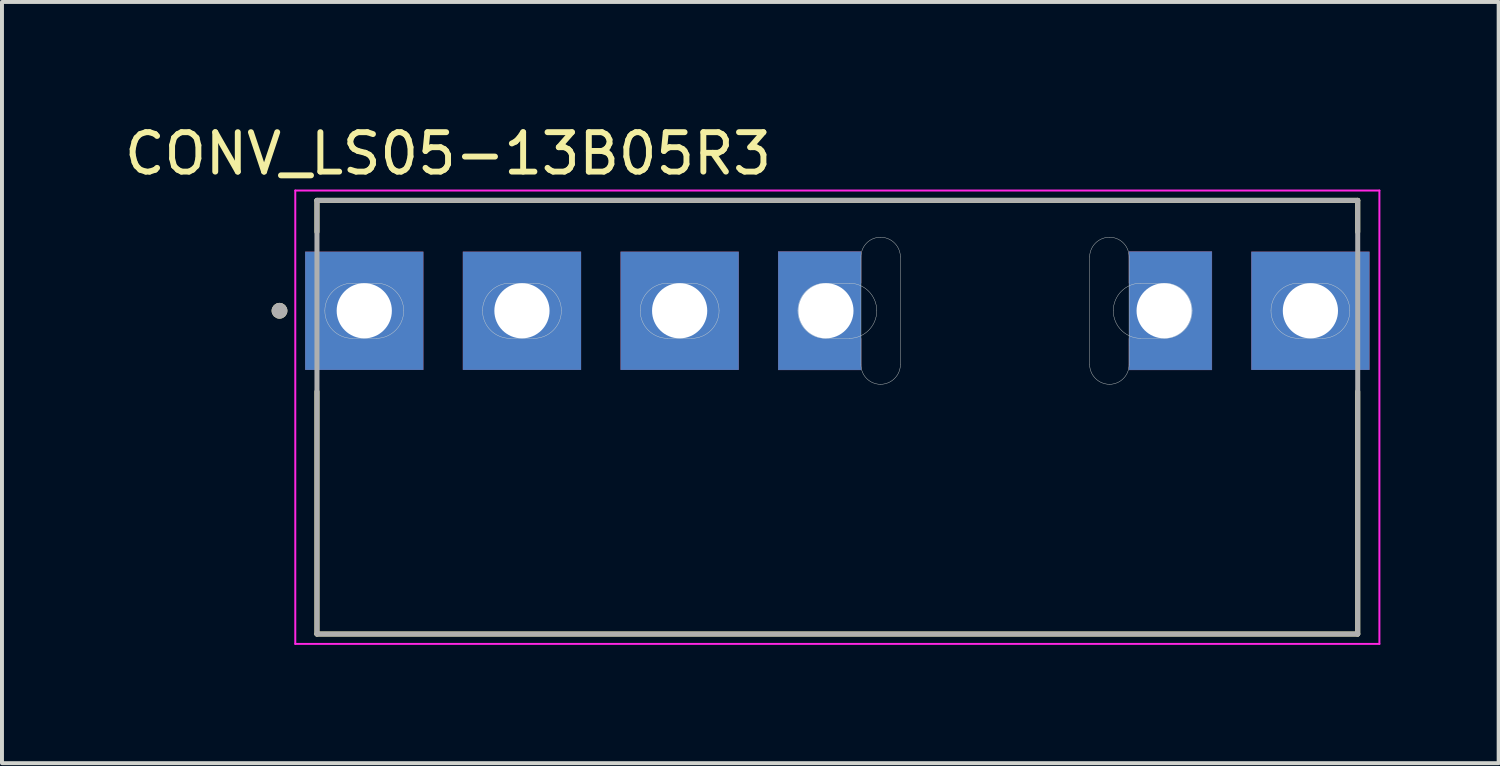
<source format=kicad_pcb>
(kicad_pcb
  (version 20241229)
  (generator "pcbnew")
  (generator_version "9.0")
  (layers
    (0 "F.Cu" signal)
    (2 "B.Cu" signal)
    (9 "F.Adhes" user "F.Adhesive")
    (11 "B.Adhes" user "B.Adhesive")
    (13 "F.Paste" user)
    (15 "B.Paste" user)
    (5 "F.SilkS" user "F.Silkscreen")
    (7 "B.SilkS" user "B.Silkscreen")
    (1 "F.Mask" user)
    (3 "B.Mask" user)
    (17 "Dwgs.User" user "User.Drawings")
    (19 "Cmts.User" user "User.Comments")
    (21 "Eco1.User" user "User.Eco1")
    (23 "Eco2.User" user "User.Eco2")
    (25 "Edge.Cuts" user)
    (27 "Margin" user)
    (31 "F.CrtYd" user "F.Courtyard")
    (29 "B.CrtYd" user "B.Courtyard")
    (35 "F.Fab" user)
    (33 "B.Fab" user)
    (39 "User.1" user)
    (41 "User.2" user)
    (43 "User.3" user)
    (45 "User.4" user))
  (footprint "CONV_LS05-13B05R3"
    (layer "F.Cu")
    (at 18.19 4.833)
    (property "Reference" "CONV_LS05-13B05R3" (at -9.875 -3.985 0) (layer "F.SilkS") (effects (font (size 1 1) (thickness 0.15))))
    (attr through_hole)
    (fp_poly (pts (xy -1 0) (xy -0.999 -0.037) (xy -0.996 -0.073) (xy -0.991 -0.11) (xy -0.985 -0.146) (xy -0.976 -0.181) (xy -0.966 -0.216) (xy -0.954 -0.251) (xy -0.939 -0.285) (xy -0.924 -0.318) (xy -0.906 -0.35) (xy -0.887 -0.381) (xy -0.866 -0.411) (xy -0.844 -0.441) (xy -0.82 -0.468) (xy -0.795 -0.495) (xy -0.768 -0.52) (xy -0.741 -0.544) (xy -0.711 -0.566) (xy -0.681 -0.587) (xy -0.65 -0.606) (xy -0.618 -0.624) (xy -0.585 -0.639) (xy -0.551 -0.654) (xy -0.516 -0.666) (xy -0.481 -0.676) (xy -0.446 -0.685) (xy -0.41 -0.691) (xy -0.373 -0.696) (xy -0.337 -0.699) (xy -0.3 -0.7) (xy 0.6 -0.7) (xy 0.6 -1.5) (xy -1.5 -1.5) (xy -1.5 1.5) (xy 0.6 1.5) (xy 0.6 0.7) (xy -0.3 0.7) (xy -0.337 0.699) (xy -0.373 0.696) (xy -0.41 0.691) (xy -0.446 0.685) (xy -0.481 0.676) (xy -0.516 0.666) (xy -0.551 0.654) (xy -0.585 0.639) (xy -0.618 0.624) (xy -0.65 0.606) (xy -0.681 0.587) (xy -0.711 0.566) (xy -0.741 0.544) (xy -0.768 0.52) (xy -0.795 0.495) (xy -0.82 0.468) (xy -0.844 0.441) (xy -0.866 0.411) (xy -0.887 0.381) (xy -0.906 0.35) (xy -0.924 0.318) (xy -0.939 0.285) (xy -0.954 0.251) (xy -0.966 0.216) (xy -0.976 0.181) (xy -0.985 0.146) (xy -0.991 0.11) (xy -0.996 0.073) (xy -0.999 0.037) (xy -1 0)) (stroke (width 0.01) (type solid)) (fill yes) (layer "F.Cu"))
    (fp_poly (pts (xy 9 0) (xy 8.999 0.037) (xy 8.996 0.073) (xy 8.991 0.11) (xy 8.985 0.146) (xy 8.976 0.181) (xy 8.966 0.216) (xy 8.954 0.251) (xy 8.939 0.285) (xy 8.924 0.318) (xy 8.906 0.35) (xy 8.887 0.381) (xy 8.866 0.411) (xy 8.844 0.441) (xy 8.82 0.468) (xy 8.795 0.495) (xy 8.768 0.52) (xy 8.741 0.544) (xy 8.711 0.566) (xy 8.681 0.587) (xy 8.65 0.606) (xy 8.618 0.624) (xy 8.585 0.639) (xy 8.551 0.654) (xy 8.516 0.666) (xy 8.481 0.676) (xy 8.446 0.685) (xy 8.41 0.691) (xy 8.373 0.696) (xy 8.337 0.699) (xy 8.3 0.7) (xy 7.4 0.7) (xy 7.4 1.5) (xy 9.5 1.5) (xy 9.5 -1.5) (xy 7.4 -1.5) (xy 7.4 -0.7) (xy 8.3 -0.7) (xy 8.337 -0.699) (xy 8.373 -0.696) (xy 8.41 -0.691) (xy 8.446 -0.685) (xy 8.481 -0.676) (xy 8.516 -0.666) (xy 8.551 -0.654) (xy 8.585 -0.639) (xy 8.618 -0.624) (xy 8.65 -0.606) (xy 8.681 -0.587) (xy 8.711 -0.566) (xy 8.741 -0.544) (xy 8.768 -0.52) (xy 8.795 -0.495) (xy 8.82 -0.468) (xy 8.844 -0.441) (xy 8.866 -0.411) (xy 8.887 -0.381) (xy 8.906 -0.35) (xy 8.924 -0.318) (xy 8.939 -0.285) (xy 8.954 -0.251) (xy 8.966 -0.216) (xy 8.976 -0.181) (xy 8.985 -0.146) (xy 8.991 -0.11) (xy 8.996 -0.073) (xy 8.999 -0.037) (xy 9 0)) (stroke (width 0.01) (type solid)) (fill yes) (layer "F.Cu"))
    (fp_poly (pts (xy 0.49 -1.965) (xy 1.7 -1.965) (xy 1.7 1.965) (xy 0.49 1.965)) (stroke (width 0.01) (type solid)) (fill yes) (layer "F.Mask"))
    (fp_poly (pts (xy 6.3 -1.965) (xy 7.49 -1.965) (xy 7.49 1.965) (xy 6.3 1.965)) (stroke (width 0.01) (type solid)) (fill yes) (layer "F.Mask"))
    (fp_poly (pts (xy 0.7 -0.6) (xy 0.7 -1.6) (xy -1.6 -1.6) (xy -1.6 1.6) (xy 0.7 1.6) (xy 0.7 0.6)) (stroke (width 0.01) (type solid)) (fill yes) (layer "F.Mask"))
    (fp_poly (pts (xy 7.3 0.6) (xy 7.3 1.6) (xy 9.6 1.6) (xy 9.6 -1.6) (xy 7.3 -1.6) (xy 7.3 -0.6)) (stroke (width 0.01) (type solid)) (fill yes) (layer "F.Mask"))
    (fp_poly (pts (xy -1 0) (xy -0.999 -0.037) (xy -0.996 -0.073) (xy -0.991 -0.11) (xy -0.985 -0.146) (xy -0.976 -0.181) (xy -0.966 -0.216) (xy -0.954 -0.251) (xy -0.939 -0.285) (xy -0.924 -0.318) (xy -0.906 -0.35) (xy -0.887 -0.381) (xy -0.866 -0.411) (xy -0.844 -0.441) (xy -0.82 -0.468) (xy -0.795 -0.495) (xy -0.768 -0.52) (xy -0.741 -0.544) (xy -0.711 -0.566) (xy -0.681 -0.587) (xy -0.65 -0.606) (xy -0.618 -0.624) (xy -0.585 -0.639) (xy -0.551 -0.654) (xy -0.516 -0.666) (xy -0.481 -0.676) (xy -0.446 -0.685) (xy -0.41 -0.691) (xy -0.373 -0.696) (xy -0.337 -0.699) (xy -0.3 -0.7) (xy 0.6 -0.7) (xy 0.6 -1.5) (xy -1.5 -1.5) (xy -1.5 1.5) (xy 0.6 1.5) (xy 0.6 0.7) (xy -0.3 0.7) (xy -0.337 0.699) (xy -0.373 0.696) (xy -0.41 0.691) (xy -0.446 0.685) (xy -0.481 0.676) (xy -0.516 0.666) (xy -0.551 0.654) (xy -0.585 0.639) (xy -0.618 0.624) (xy -0.65 0.606) (xy -0.681 0.587) (xy -0.711 0.566) (xy -0.741 0.544) (xy -0.768 0.52) (xy -0.795 0.495) (xy -0.82 0.468) (xy -0.844 0.441) (xy -0.866 0.411) (xy -0.887 0.381) (xy -0.906 0.35) (xy -0.924 0.318) (xy -0.939 0.285) (xy -0.954 0.251) (xy -0.966 0.216) (xy -0.976 0.181) (xy -0.985 0.146) (xy -0.991 0.11) (xy -0.996 0.073) (xy -0.999 0.037) (xy -1 0)) (stroke (width 0.01) (type solid)) (fill yes) (layer "B.Cu"))
    (fp_poly (pts (xy 9 0) (xy 8.999 0.037) (xy 8.996 0.073) (xy 8.991 0.11) (xy 8.985 0.146) (xy 8.976 0.181) (xy 8.966 0.216) (xy 8.954 0.251) (xy 8.939 0.285) (xy 8.924 0.318) (xy 8.906 0.35) (xy 8.887 0.381) (xy 8.866 0.411) (xy 8.844 0.441) (xy 8.82 0.468) (xy 8.795 0.495) (xy 8.768 0.52) (xy 8.741 0.544) (xy 8.711 0.566) (xy 8.681 0.587) (xy 8.65 0.606) (xy 8.618 0.624) (xy 8.585 0.639) (xy 8.551 0.654) (xy 8.516 0.666) (xy 8.481 0.676) (xy 8.446 0.685) (xy 8.41 0.691) (xy 8.373 0.696) (xy 8.337 0.699) (xy 8.3 0.7) (xy 7.4 0.7) (xy 7.4 1.5) (xy 9.5 1.5) (xy 9.5 -1.5) (xy 7.4 -1.5) (xy 7.4 -0.7) (xy 8.3 -0.7) (xy 8.337 -0.699) (xy 8.373 -0.696) (xy 8.41 -0.691) (xy 8.446 -0.685) (xy 8.481 -0.676) (xy 8.516 -0.666) (xy 8.551 -0.654) (xy 8.585 -0.639) (xy 8.618 -0.624) (xy 8.65 -0.606) (xy 8.681 -0.587) (xy 8.711 -0.566) (xy 8.741 -0.544) (xy 8.768 -0.52) (xy 8.795 -0.495) (xy 8.82 -0.468) (xy 8.844 -0.441) (xy 8.866 -0.411) (xy 8.887 -0.381) (xy 8.906 -0.35) (xy 8.924 -0.318) (xy 8.939 -0.285) (xy 8.954 -0.251) (xy 8.966 -0.216) (xy 8.976 -0.181) (xy 8.985 -0.146) (xy 8.991 -0.11) (xy 8.996 -0.073) (xy 8.999 -0.037) (xy 9 0)) (stroke (width 0.01) (type solid)) (fill yes) (layer "B.Cu"))
    (fp_poly (pts (xy 0.49 -1.965) (xy 1.7 -1.965) (xy 1.7 1.965) (xy 0.49 1.965)) (stroke (width 0.01) (type solid)) (fill yes) (layer "B.Mask"))
    (fp_poly (pts (xy 6.3 -1.965) (xy 7.49 -1.965) (xy 7.49 1.965) (xy 6.3 1.965)) (stroke (width 0.01) (type solid)) (fill yes) (layer "B.Mask"))
    (fp_poly (pts (xy 0.7 -0.6) (xy 0.7 -1.6) (xy -1.6 -1.6) (xy -1.6 1.6) (xy 0.7 1.6) (xy 0.7 0.6)) (stroke (width 0.01) (type solid)) (fill yes) (layer "B.Mask"))
    (fp_poly (pts (xy 7.3 0.6) (xy 7.3 1.6) (xy 9.6 1.6) (xy 9.6 -1.6) (xy 7.3 -1.6) (xy 7.3 -0.6)) (stroke (width 0.01) (type solid)) (fill yes) (layer "B.Mask"))
    (fp_line (start -13.2 -2.8) (end -13.2 -2) (stroke (width 0.127) (type solid)) (layer "F.SilkS"))
    (fp_line (start -13.2 2.05) (end -13.2 8.2) (stroke (width 0.127) (type solid)) (layer "F.SilkS"))
    (fp_line (start -13.2 8.2) (end 13.2 8.2) (stroke (width 0.127) (type solid)) (layer "F.SilkS"))
    (fp_line (start 13.2 -2.8) (end -13.2 -2.8) (stroke (width 0.127) (type solid)) (layer "F.SilkS"))
    (fp_line (start 13.2 -2.8) (end 13.2 -2) (stroke (width 0.127) (type solid)) (layer "F.SilkS"))
    (fp_line (start 13.2 2.05) (end 13.2 8.2) (stroke (width 0.127) (type solid)) (layer "F.SilkS"))
    (fp_circle (center -14.15 0) (end -14.05 0) (stroke (width 0.2) (type solid)) (fill no) (layer "F.SilkS"))
    (fp_line (start -12.3 -0.7) (end -11.7 -0.7) (stroke (width 0.01) (type solid)) (layer "Edge.Cuts"))
    (fp_line (start -11.7 0.7) (end -12.3 0.7) (stroke (width 0.01) (type solid)) (layer "Edge.Cuts"))
    (fp_line (start -8.3 -0.7) (end -7.7 -0.7) (stroke (width 0.01) (type solid)) (layer "Edge.Cuts"))
    (fp_line (start -7.7 0.7) (end -8.3 0.7) (stroke (width 0.01) (type solid)) (layer "Edge.Cuts"))
    (fp_line (start -4.3 -0.7) (end -3.7 -0.7) (stroke (width 0.01) (type solid)) (layer "Edge.Cuts"))
    (fp_line (start -3.7 0.7) (end -4.3 0.7) (stroke (width 0.01) (type solid)) (layer "Edge.Cuts"))
    (fp_line (start -0.3 -0.7) (end 0.3 -0.7) (stroke (width 0.01) (type solid)) (layer "Edge.Cuts"))
    (fp_line (start 0.3 0.7) (end -0.3 0.7) (stroke (width 0.01) (type solid)) (layer "Edge.Cuts"))
    (fp_line (start 0.6 -1.365) (end 0.6 1.365) (stroke (width 0.01) (type solid)) (layer "Edge.Cuts"))
    (fp_line (start 1.6 1.365) (end 1.6 -1.365) (stroke (width 0.01) (type solid)) (layer "Edge.Cuts"))
    (fp_line (start 6.4 -1.365) (end 6.4 1.365) (stroke (width 0.01) (type solid)) (layer "Edge.Cuts"))
    (fp_line (start 7.4 1.365) (end 7.4 -1.365) (stroke (width 0.01) (type solid)) (layer "Edge.Cuts"))
    (fp_line (start 7.7 -0.7) (end 8.3 -0.7) (stroke (width 0.01) (type solid)) (layer "Edge.Cuts"))
    (fp_line (start 8.3 0.7) (end 7.7 0.7) (stroke (width 0.01) (type solid)) (layer "Edge.Cuts"))
    (fp_line (start 11.7 -0.7) (end 12.3 -0.7) (stroke (width 0.01) (type solid)) (layer "Edge.Cuts"))
    (fp_line (start 12.3 0.7) (end 11.7 0.7) (stroke (width 0.01) (type solid)) (layer "Edge.Cuts"))
    (fp_arc (start -13 0) (mid -12.794975 -0.494975) (end -12.3 -0.7) (stroke (width 0.01) (type solid)) (layer "Edge.Cuts"))
    (fp_arc (start -12.3 0.7) (mid -12.794975 0.494975) (end -13 0) (stroke (width 0.01) (type solid)) (layer "Edge.Cuts"))
    (fp_arc (start -11.7 -0.7) (mid -11.205025 -0.494975) (end -11 0) (stroke (width 0.01) (type solid)) (layer "Edge.Cuts"))
    (fp_arc (start -11 0) (mid -11.205025 0.494975) (end -11.7 0.7) (stroke (width 0.01) (type solid)) (layer "Edge.Cuts"))
    (fp_arc (start -9 0) (mid -8.794975 -0.494975) (end -8.3 -0.7) (stroke (width 0.01) (type solid)) (layer "Edge.Cuts"))
    (fp_arc (start -8.3 0.7) (mid -8.794975 0.494975) (end -9 0) (stroke (width 0.01) (type solid)) (layer "Edge.Cuts"))
    (fp_arc (start -7.7 -0.7) (mid -7.205025 -0.494975) (end -7 0) (stroke (width 0.01) (type solid)) (layer "Edge.Cuts"))
    (fp_arc (start -7 0) (mid -7.205025 0.494975) (end -7.7 0.7) (stroke (width 0.01) (type solid)) (layer "Edge.Cuts"))
    (fp_arc (start -5 0) (mid -4.794975 -0.494975) (end -4.3 -0.7) (stroke (width 0.01) (type solid)) (layer "Edge.Cuts"))
    (fp_arc (start -4.3 0.7) (mid -4.794975 0.494975) (end -5 0) (stroke (width 0.01) (type solid)) (layer "Edge.Cuts"))
    (fp_arc (start -3.7 -0.7) (mid -3.205025 -0.494975) (end -3 0) (stroke (width 0.01) (type solid)) (layer "Edge.Cuts"))
    (fp_arc (start -3 0) (mid -3.205025 0.494975) (end -3.7 0.7) (stroke (width 0.01) (type solid)) (layer "Edge.Cuts"))
    (fp_arc (start -1 0) (mid -0.794975 -0.494975) (end -0.3 -0.7) (stroke (width 0.01) (type solid)) (layer "Edge.Cuts"))
    (fp_arc (start -0.3 0.7) (mid -0.794975 0.494975) (end -1 0) (stroke (width 0.01) (type solid)) (layer "Edge.Cuts"))
    (fp_arc (start 0.3 -0.7) (mid 0.794975 -0.494975) (end 1 0) (stroke (width 0.01) (type solid)) (layer "Edge.Cuts"))
    (fp_arc (start 0.6 -1.365) (mid 0.741447 -1.716482) (end 1.09 -1.865) (stroke (width 0.01) (type solid)) (layer "Edge.Cuts"))
    (fp_arc (start 1 0) (mid 0.794975 0.494975) (end 0.3 0.7) (stroke (width 0.01) (type solid)) (layer "Edge.Cuts"))
    (fp_arc (start 1.09 -1.865) (mid 1.448553 -1.720624) (end 1.6 -1.365) (stroke (width 0.01) (type solid)) (layer "Edge.Cuts"))
    (fp_arc (start 1.09 1.865) (mid 0.741447 1.716482) (end 0.6 1.365) (stroke (width 0.01) (type solid)) (layer "Edge.Cuts"))
    (fp_arc (start 1.6 1.365) (mid 1.448553 1.720624) (end 1.09 1.865) (stroke (width 0.01) (type solid)) (layer "Edge.Cuts"))
    (fp_arc (start 6.4 -1.365) (mid 6.551447 -1.720624) (end 6.91 -1.865) (stroke (width 0.01) (type solid)) (layer "Edge.Cuts"))
    (fp_arc (start 6.91 -1.865) (mid 7.258553 -1.716482) (end 7.4 -1.365) (stroke (width 0.01) (type solid)) (layer "Edge.Cuts"))
    (fp_arc (start 6.91 1.865) (mid 6.551447 1.720624) (end 6.4 1.365) (stroke (width 0.01) (type solid)) (layer "Edge.Cuts"))
    (fp_arc (start 7 0) (mid 7.205025 -0.494975) (end 7.7 -0.7) (stroke (width 0.01) (type solid)) (layer "Edge.Cuts"))
    (fp_arc (start 7.4 1.365) (mid 7.258553 1.716482) (end 6.91 1.865) (stroke (width 0.01) (type solid)) (layer "Edge.Cuts"))
    (fp_arc (start 7.7 0.7) (mid 7.205025 0.494975) (end 7 0) (stroke (width 0.01) (type solid)) (layer "Edge.Cuts"))
    (fp_arc (start 8.3 -0.7) (mid 8.794975 -0.494975) (end 9 0) (stroke (width 0.01) (type solid)) (layer "Edge.Cuts"))
    (fp_arc (start 9 0) (mid 8.794975 0.494975) (end 8.3 0.7) (stroke (width 0.01) (type solid)) (layer "Edge.Cuts"))
    (fp_arc (start 11 0) (mid 11.205025 -0.494975) (end 11.7 -0.7) (stroke (width 0.01) (type solid)) (layer "Edge.Cuts"))
    (fp_arc (start 11.7 0.7) (mid 11.205025 0.494975) (end 11 0) (stroke (width 0.01) (type solid)) (layer "Edge.Cuts"))
    (fp_arc (start 12.3 -0.7) (mid 12.794975 -0.494975) (end 13 0) (stroke (width 0.01) (type solid)) (layer "Edge.Cuts"))
    (fp_arc (start 13 0) (mid 12.794975 0.494975) (end 12.3 0.7) (stroke (width 0.01) (type solid)) (layer "Edge.Cuts"))
    (fp_line (start -13.75 -3.05) (end -13.75 8.45) (stroke (width 0.05) (type solid)) (layer "F.CrtYd"))
    (fp_line (start -13.75 8.45) (end 13.75 8.45) (stroke (width 0.05) (type solid)) (layer "F.CrtYd"))
    (fp_line (start 13.75 -3.05) (end -13.75 -3.05) (stroke (width 0.05) (type solid)) (layer "F.CrtYd"))
    (fp_line (start 13.75 8.45) (end 13.75 -3.05) (stroke (width 0.05) (type solid)) (layer "F.CrtYd"))
    (fp_line (start -13.2 -2.8) (end -13.2 8.2) (stroke (width 0.127) (type solid)) (layer "F.Fab"))
    (fp_line (start -13.2 8.2) (end 13.2 8.2) (stroke (width 0.127) (type solid)) (layer "F.Fab"))
    (fp_line (start 13.2 -2.8) (end -13.2 -2.8) (stroke (width 0.127) (type solid)) (layer "F.Fab"))
    (fp_line (start 13.2 8.2) (end 13.2 -2.8) (stroke (width 0.127) (type solid)) (layer "F.Fab"))
    (fp_circle (center -14.15 0) (end -14.05 0) (stroke (width 0.2) (type solid)) (fill no) (layer "F.Fab"))
    (pad "1" thru_hole rect (at -12 0) (size 3 3) (drill 1.4) (layers "*.Cu" "*.Mask"))
    (pad "2" thru_hole rect (at -8 0) (size 3 3) (drill 1.4) (layers "*.Cu" "*.Mask"))
    (pad "3" thru_hole rect (at -4 0) (size 3 3) (drill 1.4) (layers "*.Cu" "*.Mask"))
    (pad "4" thru_hole rect (at -0.29 0) (size 1.78 1.78) (drill 1.4) (layers "*.Cu"))
    (pad "5" thru_hole rect (at 8.29 0) (size 1.78 1.78) (drill 1.4) (layers "*.Cu"))
    (pad "6" thru_hole rect (at 12 0) (size 3 3) (drill 1.4) (layers "*.Cu" "*.Mask")))
  (gr_rect
    (start -3 -3)
    (end 34.965 16.308)
    (stroke (width 0.1) (type default))
    (fill no)
    (layer "Edge.Cuts")))
</source>
